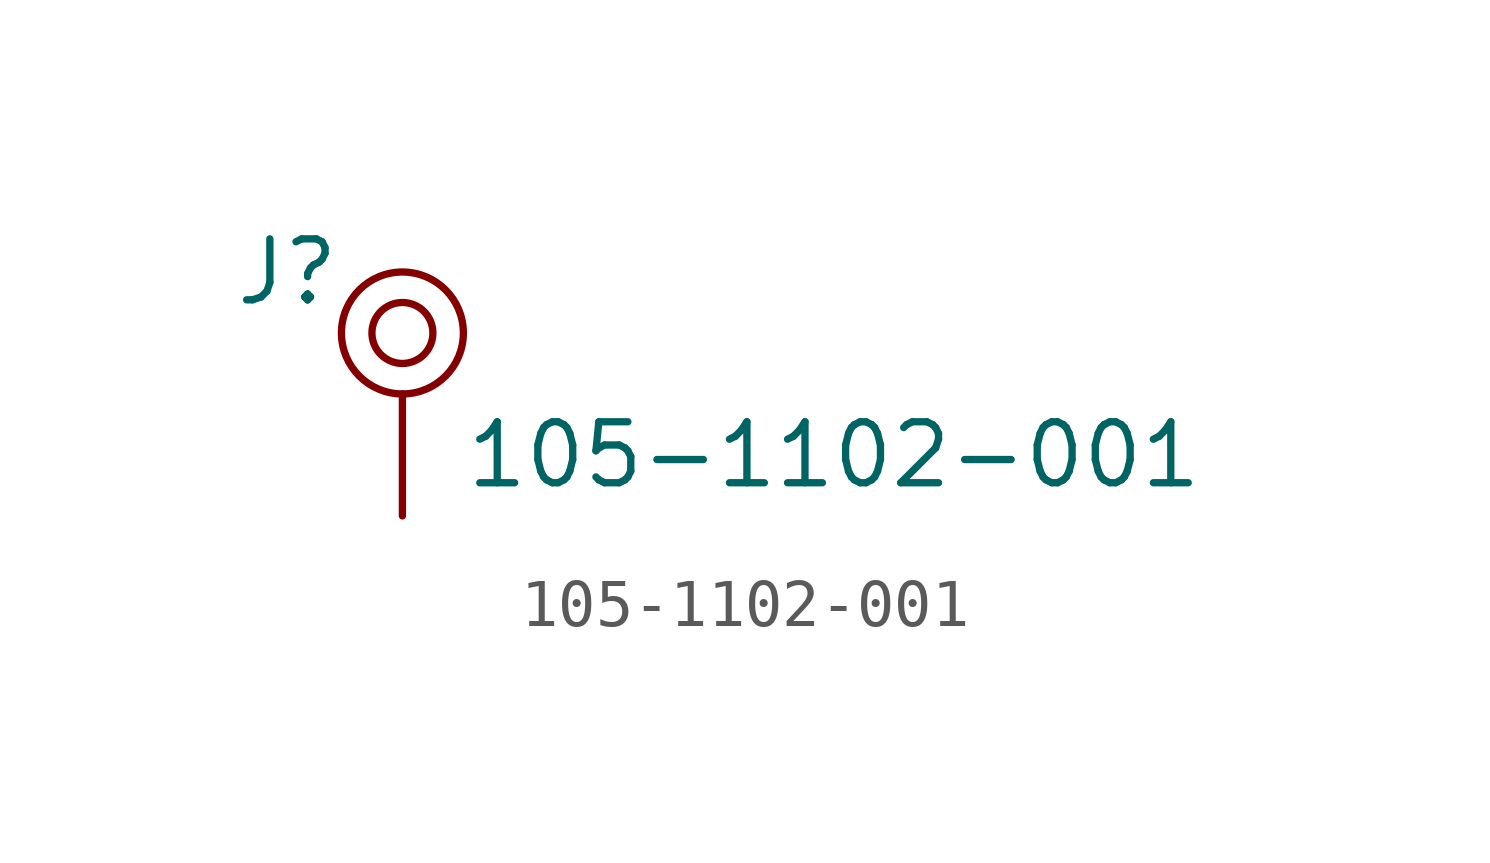
<source format=kicad_sym>
(kicad_symbol_lib
  (version 20211014)
  (generator kicad_symbol_editor)
  (symbol "105-1102-001"
    (pin_numbers hide)
    (pin_names
      (offset 1.016) hide)
    (property "Reference" "J"
      (at -1.27 1.27 0)
      (effects (font (size 1.27 1.27)) (justify right)))
    (property "Value" "105-1102-001"
      (at 1.27 -2.54 0)
      (effects (font (size 1.27 1.27)) (justify left)))
    (symbol "105-1102-001_0_1"
      (circle (center 0 0) (radius 1.27) (stroke (width 0) (type default) (color 0 0 0 0)) (fill (type none))))
    (symbol "105-1102-001_1_1"
      (circle (center 0 0) (radius 0.635) (stroke (width 0) (type default) (color 0 0 0 0)) (fill (type none)))
      (pin passive line (at 0 -3.81 90) (length 2.54) (name "~" (effects (font (size 1.27 1.27)))) (number "1" (effects (font (size 1.27 1.27))))))))
</source>
